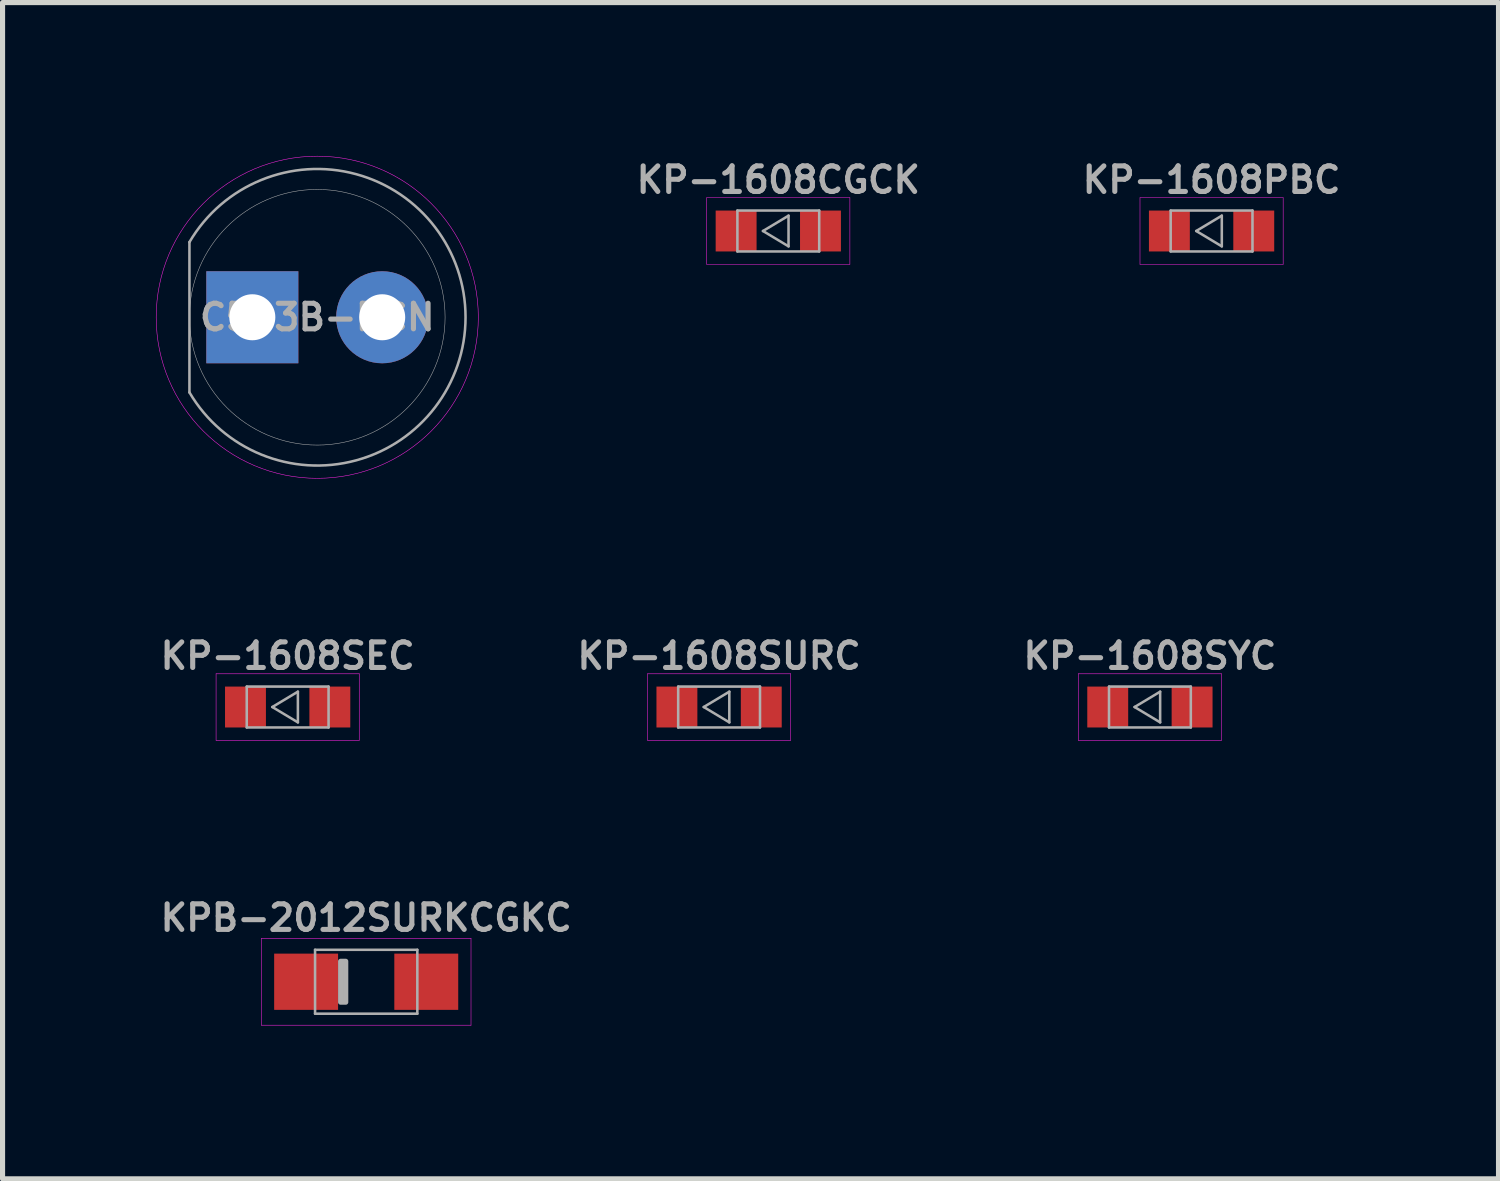
<source format=kicad_pcb>
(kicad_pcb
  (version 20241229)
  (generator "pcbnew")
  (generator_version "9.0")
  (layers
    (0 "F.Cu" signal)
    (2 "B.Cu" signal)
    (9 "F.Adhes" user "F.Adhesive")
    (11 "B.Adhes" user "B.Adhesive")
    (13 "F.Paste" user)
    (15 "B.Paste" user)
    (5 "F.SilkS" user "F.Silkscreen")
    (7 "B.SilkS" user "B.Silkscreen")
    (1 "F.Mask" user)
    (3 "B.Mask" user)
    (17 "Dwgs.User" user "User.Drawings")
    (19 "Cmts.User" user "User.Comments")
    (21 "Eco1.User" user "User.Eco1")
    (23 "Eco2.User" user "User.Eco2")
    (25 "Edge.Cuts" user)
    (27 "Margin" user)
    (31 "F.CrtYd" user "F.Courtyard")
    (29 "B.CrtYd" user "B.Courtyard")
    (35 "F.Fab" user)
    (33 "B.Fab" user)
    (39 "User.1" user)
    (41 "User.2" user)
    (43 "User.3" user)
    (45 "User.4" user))
  (footprint "KP-1608PBC"
    (layer "F.Cu")
    (at 20.646 1.468)
    (property "Reference" "KP-1608PBC" (at 0 -1 0) (layer "F.Fab") (effects (font (size 0.5 0.5) (thickness 0.1))))
    (attr smd)
    (fp_line (start -1.4 -0.65) (end 1.4 -0.65) (stroke (width 0.01) (type solid)) (layer "F.CrtYd"))
    (fp_line (start -1.4 0.65) (end -1.4 -0.65) (stroke (width 0.01) (type solid)) (layer "F.CrtYd"))
    (fp_line (start 1.4 -0.65) (end 1.4 0.65) (stroke (width 0.01) (type solid)) (layer "F.CrtYd"))
    (fp_line (start 1.4 0.65) (end -1.4 0.65) (stroke (width 0.01) (type solid)) (layer "F.CrtYd"))
    (fp_line (start -0.8 -0.4) (end 0.8 -0.4) (stroke (width 0.05) (type solid)) (layer "F.Fab"))
    (fp_line (start -0.8 0.4) (end -0.8 -0.4) (stroke (width 0.05) (type solid)) (layer "F.Fab"))
    (fp_line (start -0.3 0) (end 0.2 -0.3) (stroke (width 0.05) (type solid)) (layer "F.Fab"))
    (fp_line (start 0.2 -0.3) (end 0.2 0.3) (stroke (width 0.05) (type solid)) (layer "F.Fab"))
    (fp_line (start 0.2 0.3) (end -0.3 0) (stroke (width 0.05) (type solid)) (layer "F.Fab"))
    (fp_line (start 0.8 -0.4) (end 0.8 0.4) (stroke (width 0.05) (type solid)) (layer "F.Fab"))
    (fp_line (start 0.8 0.4) (end -0.8 0.4) (stroke (width 0.05) (type solid)) (layer "F.Fab"))
    (pad "1" smd rect (at -0.825 0 180) (size 0.8 0.8) (layers "F.Cu" "F.Mask" "F.Paste"))
    (pad "2" smd rect (at 0.825 0 180) (size 0.8 0.8) (layers "F.Cu" "F.Mask" "F.Paste")))
  (footprint "C503B-RCN"
    (layer "F.Cu")
    (at 3.155 3.155)
    (property "Reference" "C503B-RCN" (at 0.000297 0 0) (layer "F.Fab") (effects (font (size 0.5 0.5) (thickness 0.1))))
    (attr through_hole)
    (fp_circle (center 0 0) (end 3.15 0) (stroke (width 0.01) (type solid)) (fill no) (layer "F.CrtYd"))
    (fp_line (start -2.5 -1.47) (end -2.5 1.47) (stroke (width 0.05) (type solid)) (layer "F.Fab"))
    (fp_arc (start -2.5 -1.469694) (mid 2.90006 0) (end -2.5 1.469694) (stroke (width 0.05) (type solid)) (layer "F.Fab"))
    (fp_circle (center 0 0) (end 2.5 0) (stroke (width 0.01) (type solid)) (fill no) (layer "F.Fab"))
    (pad "1" thru_hole rect (at -1.27 0) (size 1.8 1.8) (drill 0.9) (layers "*.Cu" "*.Mask"))
    (pad "2" thru_hole circle (at 1.27 0) (size 1.8 1.8) (drill 0.9) (layers "*.Cu" "*.Mask")))
  (footprint "KP-1608SURC"
    (layer "F.Cu")
    (at 11.014 10.778)
    (property "Reference" "KP-1608SURC" (at 0 -1 0) (layer "F.Fab") (effects (font (size 0.5 0.5) (thickness 0.1))))
    (attr smd)
    (fp_line (start -1.4 -0.65) (end 1.4 -0.65) (stroke (width 0.01) (type solid)) (layer "F.CrtYd"))
    (fp_line (start -1.4 0.65) (end -1.4 -0.65) (stroke (width 0.01) (type solid)) (layer "F.CrtYd"))
    (fp_line (start 1.4 -0.65) (end 1.4 0.65) (stroke (width 0.01) (type solid)) (layer "F.CrtYd"))
    (fp_line (start 1.4 0.65) (end -1.4 0.65) (stroke (width 0.01) (type solid)) (layer "F.CrtYd"))
    (fp_line (start -0.8 -0.4) (end 0.8 -0.4) (stroke (width 0.05) (type solid)) (layer "F.Fab"))
    (fp_line (start -0.8 0.4) (end -0.8 -0.4) (stroke (width 0.05) (type solid)) (layer "F.Fab"))
    (fp_line (start -0.3 0) (end 0.2 -0.3) (stroke (width 0.05) (type solid)) (layer "F.Fab"))
    (fp_line (start 0.2 -0.3) (end 0.2 0.3) (stroke (width 0.05) (type solid)) (layer "F.Fab"))
    (fp_line (start 0.2 0.3) (end -0.3 0) (stroke (width 0.05) (type solid)) (layer "F.Fab"))
    (fp_line (start 0.8 -0.4) (end 0.8 0.4) (stroke (width 0.05) (type solid)) (layer "F.Fab"))
    (fp_line (start 0.8 0.4) (end -0.8 0.4) (stroke (width 0.05) (type solid)) (layer "F.Fab"))
    (pad "1" smd rect (at -0.825 0 180) (size 0.8 0.8) (layers "F.Cu" "F.Mask" "F.Paste"))
    (pad "2" smd rect (at 0.825 0 180) (size 0.8 0.8) (layers "F.Cu" "F.Mask" "F.Paste")))
  (footprint "KPB-2012SURKCGKC"
    (layer "F.Cu")
    (at 4.112 16.151)
    (property "Reference" "KPB-2012SURKCGKC" (at 0 -1.25 0) (layer "F.Fab") (effects (font (size 0.5 0.5) (thickness 0.1))))
    (attr smd)
    (fp_line (start -2.05 -0.85) (end -2.05 0.85) (stroke (width 0.01) (type solid)) (layer "F.CrtYd"))
    (fp_line (start -2.05 0.85) (end 2.05 0.85) (stroke (width 0.01) (type solid)) (layer "F.CrtYd"))
    (fp_line (start 2.05 -0.85) (end -2.05 -0.85) (stroke (width 0.01) (type solid)) (layer "F.CrtYd"))
    (fp_line (start 2.05 0.85) (end 2.05 -0.85) (stroke (width 0.01) (type solid)) (layer "F.CrtYd"))
    (fp_line (start -1 -0.625) (end 1 -0.625) (stroke (width 0.05) (type solid)) (layer "F.Fab"))
    (fp_line (start -1 0.625) (end -1 -0.625) (stroke (width 0.05) (type solid)) (layer "F.Fab"))
    (fp_line (start 1 -0.625) (end 1 0.625) (stroke (width 0.05) (type solid)) (layer "F.Fab"))
    (fp_line (start 1 0.625) (end -1 0.625) (stroke (width 0.05) (type solid)) (layer "F.Fab"))
    (fp_poly (pts (xy -0.4 0.4) (xy -0.5 0.4) (xy -0.5 -0.4) (xy -0.4 -0.4)) (stroke (width 0.1) (type solid)) (fill no) (layer "F.Fab"))
    (pad "1" smd rect (at -1.175 0) (size 1.25 1.1) (layers "F.Cu" "F.Mask" "F.Paste"))
    (pad "2" smd rect (at 1.175 0) (size 1.25 1.1) (layers "F.Cu" "F.Mask" "F.Paste")))
  (footprint "KP-1608SEC"
    (layer "F.Cu")
    (at 2.576 10.778)
    (property "Reference" "KP-1608SEC" (at 0 -1 0) (layer "F.Fab") (effects (font (size 0.5 0.5) (thickness 0.1))))
    (attr smd)
    (fp_line (start -1.4 -0.65) (end 1.4 -0.65) (stroke (width 0.01) (type solid)) (layer "F.CrtYd"))
    (fp_line (start -1.4 0.65) (end -1.4 -0.65) (stroke (width 0.01) (type solid)) (layer "F.CrtYd"))
    (fp_line (start 1.4 -0.65) (end 1.4 0.65) (stroke (width 0.01) (type solid)) (layer "F.CrtYd"))
    (fp_line (start 1.4 0.65) (end -1.4 0.65) (stroke (width 0.01) (type solid)) (layer "F.CrtYd"))
    (fp_line (start -0.8 -0.4) (end 0.8 -0.4) (stroke (width 0.05) (type solid)) (layer "F.Fab"))
    (fp_line (start -0.8 0.4) (end -0.8 -0.4) (stroke (width 0.05) (type solid)) (layer "F.Fab"))
    (fp_line (start -0.3 0) (end 0.2 -0.3) (stroke (width 0.05) (type solid)) (layer "F.Fab"))
    (fp_line (start 0.2 -0.3) (end 0.2 0.3) (stroke (width 0.05) (type solid)) (layer "F.Fab"))
    (fp_line (start 0.2 0.3) (end -0.3 0) (stroke (width 0.05) (type solid)) (layer "F.Fab"))
    (fp_line (start 0.8 -0.4) (end 0.8 0.4) (stroke (width 0.05) (type solid)) (layer "F.Fab"))
    (fp_line (start 0.8 0.4) (end -0.8 0.4) (stroke (width 0.05) (type solid)) (layer "F.Fab"))
    (pad "1" smd rect (at -0.825 0 180) (size 0.8 0.8) (layers "F.Cu" "F.Mask" "F.Paste"))
    (pad "2" smd rect (at 0.825 0 180) (size 0.8 0.8) (layers "F.Cu" "F.Mask" "F.Paste")))
  (footprint "KP-1608SYC"
    (layer "F.Cu")
    (at 19.44 10.778)
    (property "Reference" "KP-1608SYC" (at 0 -1 0) (layer "F.Fab") (effects (font (size 0.5 0.5) (thickness 0.1))))
    (attr smd)
    (fp_line (start -1.4 -0.65) (end 1.4 -0.65) (stroke (width 0.01) (type solid)) (layer "F.CrtYd"))
    (fp_line (start -1.4 0.65) (end -1.4 -0.65) (stroke (width 0.01) (type solid)) (layer "F.CrtYd"))
    (fp_line (start 1.4 -0.65) (end 1.4 0.65) (stroke (width 0.01) (type solid)) (layer "F.CrtYd"))
    (fp_line (start 1.4 0.65) (end -1.4 0.65) (stroke (width 0.01) (type solid)) (layer "F.CrtYd"))
    (fp_line (start -0.8 -0.4) (end 0.8 -0.4) (stroke (width 0.05) (type solid)) (layer "F.Fab"))
    (fp_line (start -0.8 0.4) (end -0.8 -0.4) (stroke (width 0.05) (type solid)) (layer "F.Fab"))
    (fp_line (start -0.3 0) (end 0.2 -0.3) (stroke (width 0.05) (type solid)) (layer "F.Fab"))
    (fp_line (start 0.2 -0.3) (end 0.2 0.3) (stroke (width 0.05) (type solid)) (layer "F.Fab"))
    (fp_line (start 0.2 0.3) (end -0.3 0) (stroke (width 0.05) (type solid)) (layer "F.Fab"))
    (fp_line (start 0.8 -0.4) (end 0.8 0.4) (stroke (width 0.05) (type solid)) (layer "F.Fab"))
    (fp_line (start 0.8 0.4) (end -0.8 0.4) (stroke (width 0.05) (type solid)) (layer "F.Fab"))
    (pad "1" smd rect (at -0.825 0 180) (size 0.8 0.8) (layers "F.Cu" "F.Mask" "F.Paste"))
    (pad "2" smd rect (at 0.825 0 180) (size 0.8 0.8) (layers "F.Cu" "F.Mask" "F.Paste")))
  (footprint "KP-1608CGCK"
    (layer "F.Cu")
    (at 12.172 1.468)
    (property "Reference" "KP-1608CGCK" (at 0 -1 0) (layer "F.Fab") (effects (font (size 0.5 0.5) (thickness 0.1))))
    (attr smd)
    (fp_line (start -1.4 -0.65) (end 1.4 -0.65) (stroke (width 0.01) (type solid)) (layer "F.CrtYd"))
    (fp_line (start -1.4 0.65) (end -1.4 -0.65) (stroke (width 0.01) (type solid)) (layer "F.CrtYd"))
    (fp_line (start 1.4 -0.65) (end 1.4 0.65) (stroke (width 0.01) (type solid)) (layer "F.CrtYd"))
    (fp_line (start 1.4 0.65) (end -1.4 0.65) (stroke (width 0.01) (type solid)) (layer "F.CrtYd"))
    (fp_line (start -0.8 -0.4) (end 0.8 -0.4) (stroke (width 0.05) (type solid)) (layer "F.Fab"))
    (fp_line (start -0.8 0.4) (end -0.8 -0.4) (stroke (width 0.05) (type solid)) (layer "F.Fab"))
    (fp_line (start -0.3 0) (end 0.2 -0.3) (stroke (width 0.05) (type solid)) (layer "F.Fab"))
    (fp_line (start 0.2 -0.3) (end 0.2 0.3) (stroke (width 0.05) (type solid)) (layer "F.Fab"))
    (fp_line (start 0.2 0.3) (end -0.3 0) (stroke (width 0.05) (type solid)) (layer "F.Fab"))
    (fp_line (start 0.8 -0.4) (end 0.8 0.4) (stroke (width 0.05) (type solid)) (layer "F.Fab"))
    (fp_line (start 0.8 0.4) (end -0.8 0.4) (stroke (width 0.05) (type solid)) (layer "F.Fab"))
    (pad "1" smd rect (at -0.825 0 180) (size 0.8 0.8) (layers "F.Cu" "F.Mask" "F.Paste"))
    (pad "2" smd rect (at 0.825 0 180) (size 0.8 0.8) (layers "F.Cu" "F.Mask" "F.Paste")))
  (gr_rect
    (start -3 -3)
    (end 26.258 20.006)
    (stroke (width 0.1) (type default))
    (fill no)
    (layer "Edge.Cuts")))
</source>
